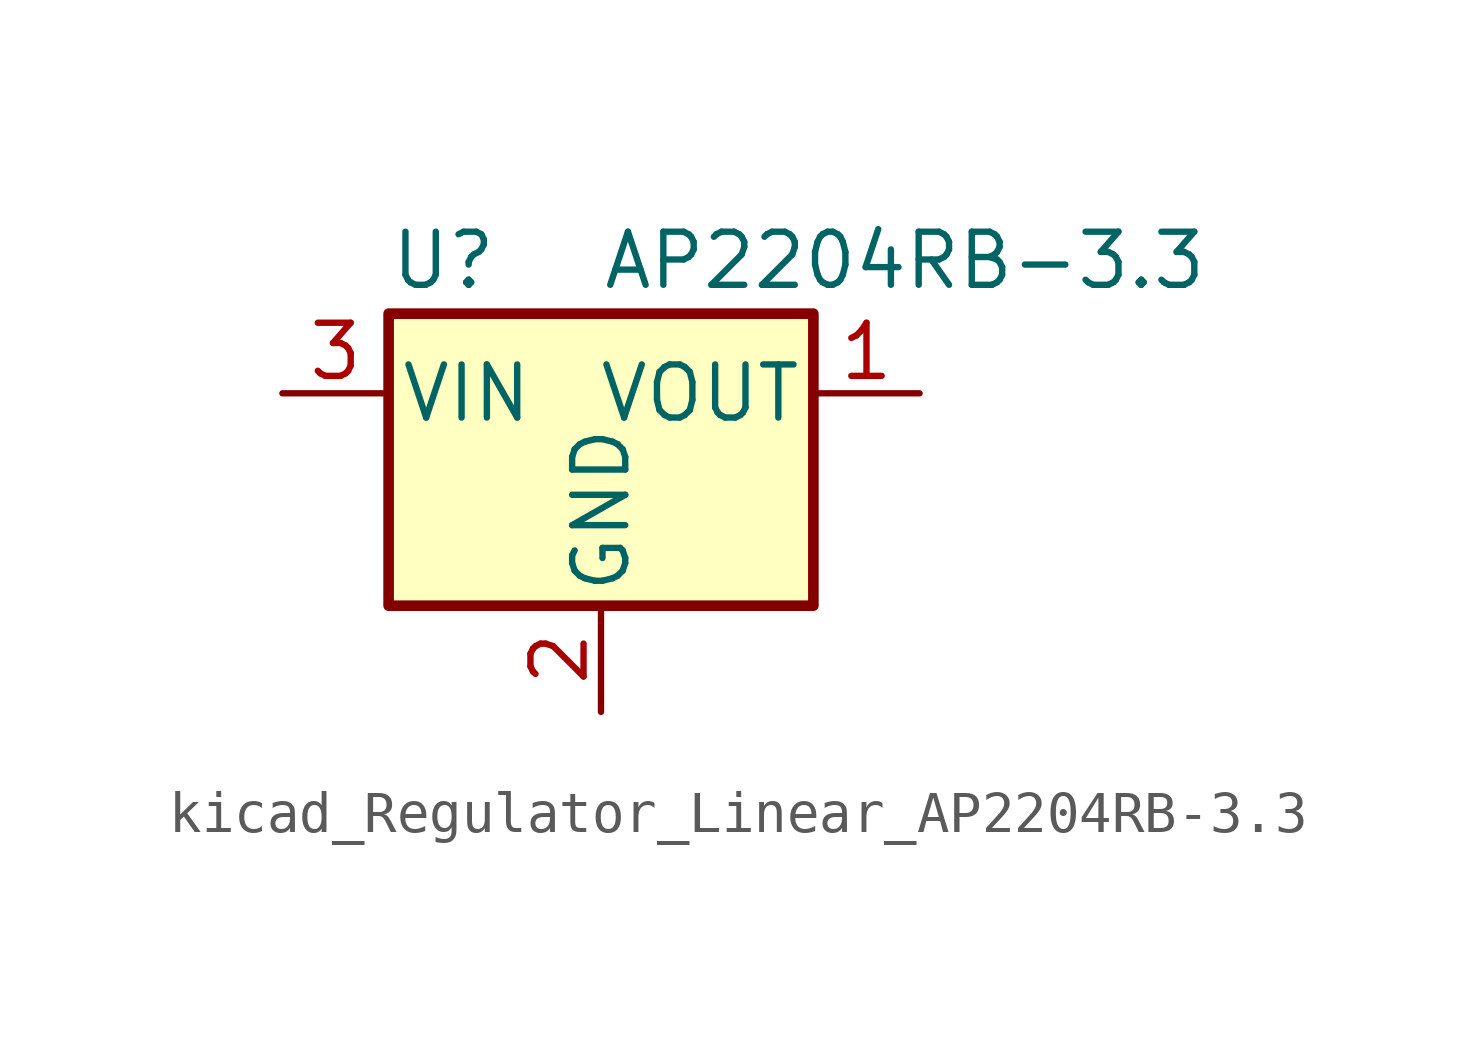
<source format=kicad_sym>
(kicad_symbol_lib
  (version 20220914)
  (generator kicad_symbol_editor)
  (symbol "kicad_Regulator_Linear_AP2204RB-3.3"
    (pin_names
      (offset 0.254))
    (property "Reference" "U"
      (at -5.08 3.175 0)
      (effects (font (size 1.27 1.27)) (justify left)))
    (property "Value" "AP2204RB-3.3"
      (at 0 3.175 0)
      (effects (font (size 1.27 1.27)) (justify left)))
    (symbol "kicad_Regulator_Linear_AP2204RB-3.3_0_1"
      (rectangle (start -5.08 1.905) (end 5.08 -5.08) (stroke (width 0.254) (type default)) (fill (type background))))
    (symbol "kicad_Regulator_Linear_AP2204RB-3.3_1_1"
      (pin power_out line (at 7.62 0 180) (length 2.54) (name "VOUT" (effects (font (size 1.27 1.27)))) (number "1" (effects (font (size 1.27 1.27)))))
      (pin power_in line (at 0 -7.62 90) (length 2.54) (name "GND" (effects (font (size 1.27 1.27)))) (number "2" (effects (font (size 1.27 1.27)))))
      (pin power_in line (at -7.62 0 0) (length 2.54) (name "VIN" (effects (font (size 1.27 1.27)))) (number "3" (effects (font (size 1.27 1.27))))))))
</source>
